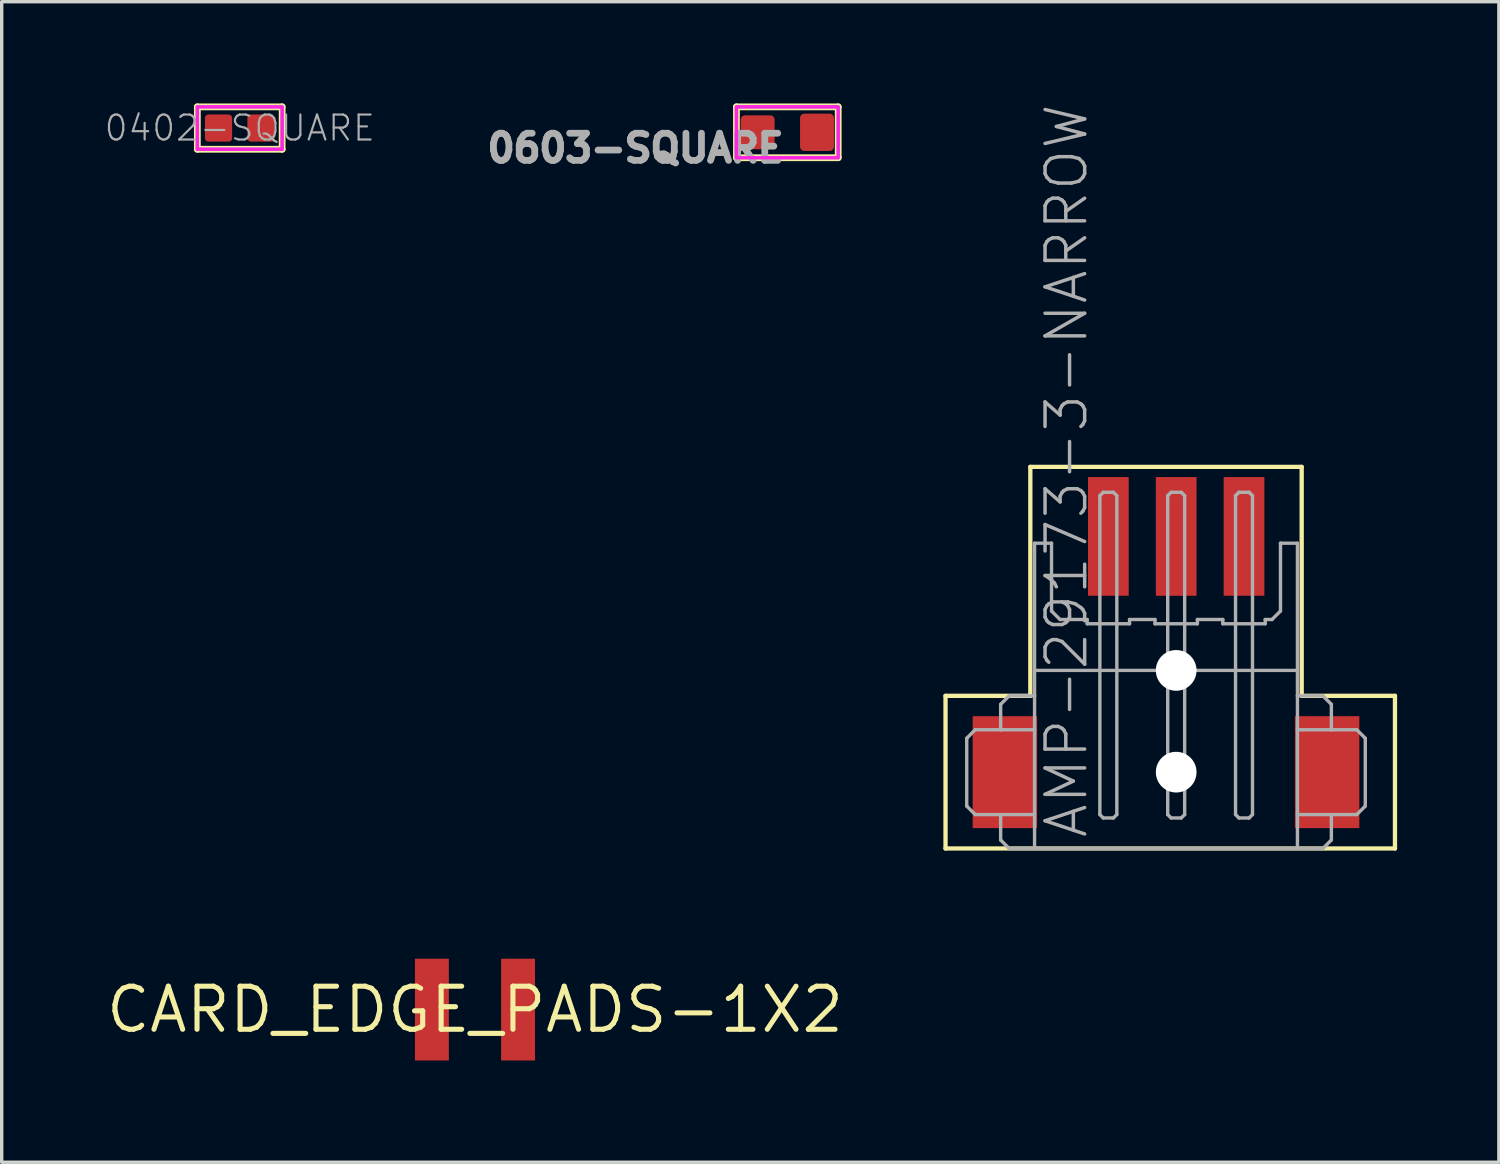
<source format=kicad_pcb>
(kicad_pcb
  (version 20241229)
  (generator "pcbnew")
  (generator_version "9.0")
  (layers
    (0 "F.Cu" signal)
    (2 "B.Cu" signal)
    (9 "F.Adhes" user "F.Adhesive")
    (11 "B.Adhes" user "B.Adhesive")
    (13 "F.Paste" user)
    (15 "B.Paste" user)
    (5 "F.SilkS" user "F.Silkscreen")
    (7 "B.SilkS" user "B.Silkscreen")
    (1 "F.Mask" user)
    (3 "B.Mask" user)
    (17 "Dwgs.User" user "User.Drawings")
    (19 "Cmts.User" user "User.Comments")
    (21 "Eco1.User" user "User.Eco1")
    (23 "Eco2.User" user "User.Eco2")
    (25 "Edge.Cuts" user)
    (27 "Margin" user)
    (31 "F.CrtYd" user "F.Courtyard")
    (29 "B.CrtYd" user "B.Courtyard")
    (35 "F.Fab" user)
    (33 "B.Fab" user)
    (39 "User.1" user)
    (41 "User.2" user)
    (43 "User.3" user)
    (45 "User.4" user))
  (footprint "CARD_EDGE_PADS-1X2"
    (layer "F.Cu")
    (at 10.953 26.714)
    (property "Reference" "CARD_EDGE_PADS-1X2" (at 0 0 0) (layer "F.SilkS") (effects (font (size 1.27 1.27) (thickness 0.15))))
    (pad "P$1" smd rect (at -1.27 0 270) (size 3 1) (layers "F.Cu" "F.Mask" "F.Paste"))
    (pad "P$2" smd rect (at 1.27 0 270) (size 3 1) (layers "F.Cu" "F.Mask" "F.Paste")))
  (footprint "AMP-29173-3-NARROW"
    (layer "F.Cu")
    (at 31.325 21.964)
    (property "Reference" "AMP-29173-3-NARROW" (at -2.25 -0.25 90) (layer "F.Fab") (effects (font (size 1.168 1.168) (thickness 0.102)) (justify left bottom)))
    (fp_line (start -6.5 -4.5) (end -4 -4.5) (stroke (width 0.127) (type solid)) (layer "F.SilkS"))
    (fp_line (start -6.5 0) (end -6.5 -4.5) (stroke (width 0.127) (type solid)) (layer "F.SilkS"))
    (fp_line (start -4 -11.25) (end 4 -11.25) (stroke (width 0.127) (type solid)) (layer "F.SilkS"))
    (fp_line (start -4 -4.5) (end -4 -11.25) (stroke (width 0.127) (type solid)) (layer "F.SilkS"))
    (fp_line (start 4 -11.25) (end 4 -4.5) (stroke (width 0.127) (type solid)) (layer "F.SilkS"))
    (fp_line (start 4 -4.5) (end 6.75 -4.5) (stroke (width 0.127) (type solid)) (layer "F.SilkS"))
    (fp_line (start 6.75 -4.5) (end 6.75 0) (stroke (width 0.127) (type solid)) (layer "F.SilkS"))
    (fp_line (start 6.75 0) (end -6.5 0) (stroke (width 0.127) (type solid)) (layer "F.SilkS"))
    (fp_line (start -5.875 -3.25) (end -5.875 -1.25) (stroke (width 0.1) (type solid)) (layer "F.Fab"))
    (fp_line (start -5.875 -1.25) (end -5.625 -1) (stroke (width 0.1) (type solid)) (layer "F.Fab"))
    (fp_line (start -5.625 -3.5) (end -5.875 -3.25) (stroke (width 0.1) (type solid)) (layer "F.Fab"))
    (fp_line (start -5.625 -1) (end -4.875 -1) (stroke (width 0.1) (type solid)) (layer "F.Fab"))
    (fp_line (start -4.875 -4.25) (end -4.875 -3.5) (stroke (width 0.1) (type solid)) (layer "F.Fab"))
    (fp_line (start -4.875 -3.5) (end -5.625 -3.5) (stroke (width 0.1) (type solid)) (layer "F.Fab"))
    (fp_line (start -4.875 -1) (end -4.875 -0.25) (stroke (width 0.1) (type solid)) (layer "F.Fab"))
    (fp_line (start -4.875 -1) (end -3.875 -1) (stroke (width 0.1) (type solid)) (layer "F.Fab"))
    (fp_line (start -4.875 -0.25) (end -4.625 0) (stroke (width 0.1) (type solid)) (layer "F.Fab"))
    (fp_line (start -4.625 -4.5) (end -4.875 -4.25) (stroke (width 0.1) (type solid)) (layer "F.Fab"))
    (fp_line (start -4.625 0) (end -3.875 0) (stroke (width 0.1) (type solid)) (layer "F.Fab"))
    (fp_line (start -3.875 -9) (end -3.875 -5.25) (stroke (width 0.1) (type solid)) (layer "F.Fab"))
    (fp_line (start -3.875 -5.25) (end -3.875 -4.5) (stroke (width 0.1) (type solid)) (layer "F.Fab"))
    (fp_line (start -3.875 -5.25) (end 3.875 -5.25) (stroke (width 0.1) (type solid)) (layer "F.Fab"))
    (fp_line (start -3.875 -4.5) (end -4.625 -4.5) (stroke (width 0.1) (type solid)) (layer "F.Fab"))
    (fp_line (start -3.875 -3.5) (end -4.875 -3.5) (stroke (width 0.1) (type solid)) (layer "F.Fab"))
    (fp_line (start -3.875 -3.5) (end -3.875 -4.5) (stroke (width 0.1) (type solid)) (layer "F.Fab"))
    (fp_line (start -3.875 -1) (end -3.875 -3.5) (stroke (width 0.1) (type solid)) (layer "F.Fab"))
    (fp_line (start -3.875 0) (end -3.875 -1) (stroke (width 0.1) (type solid)) (layer "F.Fab"))
    (fp_line (start -3.375 -9) (end -3.875 -9) (stroke (width 0.1) (type solid)) (layer "F.Fab"))
    (fp_line (start -3.375 -7) (end -3.375 -9) (stroke (width 0.1) (type solid)) (layer "F.Fab"))
    (fp_line (start -3.125 -6.75) (end -3.375 -7) (stroke (width 0.1) (type solid)) (layer "F.Fab"))
    (fp_line (start -2.325 -6.75) (end -3.125 -6.75) (stroke (width 0.1) (type solid)) (layer "F.Fab"))
    (fp_line (start -2.325 -6.625) (end -2.325 -6.75) (stroke (width 0.1) (type solid)) (layer "F.Fab"))
    (fp_line (start -1.95 -10.4) (end -1.85 -10.5) (stroke (width 0.1) (type solid)) (layer "F.Fab"))
    (fp_line (start -1.95 -1) (end -1.95 -10.4) (stroke (width 0.1) (type solid)) (layer "F.Fab"))
    (fp_line (start -1.85 -10.5) (end -1.55 -10.5) (stroke (width 0.1) (type solid)) (layer "F.Fab"))
    (fp_line (start -1.85 -0.9) (end -1.95 -1) (stroke (width 0.1) (type solid)) (layer "F.Fab"))
    (fp_line (start -1.55 -10.5) (end -1.45 -10.4) (stroke (width 0.1) (type solid)) (layer "F.Fab"))
    (fp_line (start -1.55 -0.9) (end -1.85 -0.9) (stroke (width 0.1) (type solid)) (layer "F.Fab"))
    (fp_line (start -1.45 -10.4) (end -1.45 -1) (stroke (width 0.1) (type solid)) (layer "F.Fab"))
    (fp_line (start -1.45 -1) (end -1.55 -0.9) (stroke (width 0.1) (type solid)) (layer "F.Fab"))
    (fp_line (start -1.075 -6.75) (end -1.075 -6.625) (stroke (width 0.1) (type solid)) (layer "F.Fab"))
    (fp_line (start -1.075 -6.625) (end -2.325 -6.625) (stroke (width 0.1) (type solid)) (layer "F.Fab"))
    (fp_line (start -0.325 -6.75) (end -1.075 -6.75) (stroke (width 0.1) (type solid)) (layer "F.Fab"))
    (fp_line (start -0.325 -6.625) (end -0.325 -6.75) (stroke (width 0.1) (type solid)) (layer "F.Fab"))
    (fp_line (start 0.05 -10.4) (end 0.15 -10.5) (stroke (width 0.1) (type solid)) (layer "F.Fab"))
    (fp_line (start 0.05 -1) (end 0.05 -10.4) (stroke (width 0.1) (type solid)) (layer "F.Fab"))
    (fp_line (start 0.15 -10.5) (end 0.45 -10.5) (stroke (width 0.1) (type solid)) (layer "F.Fab"))
    (fp_line (start 0.15 -0.9) (end 0.05 -1) (stroke (width 0.1) (type solid)) (layer "F.Fab"))
    (fp_line (start 0.45 -10.5) (end 0.55 -10.4) (stroke (width 0.1) (type solid)) (layer "F.Fab"))
    (fp_line (start 0.45 -0.9) (end 0.15 -0.9) (stroke (width 0.1) (type solid)) (layer "F.Fab"))
    (fp_line (start 0.55 -10.4) (end 0.55 -1) (stroke (width 0.1) (type solid)) (layer "F.Fab"))
    (fp_line (start 0.55 -1) (end 0.45 -0.9) (stroke (width 0.1) (type solid)) (layer "F.Fab"))
    (fp_line (start 0.925 -6.75) (end 0.925 -6.625) (stroke (width 0.1) (type solid)) (layer "F.Fab"))
    (fp_line (start 0.925 -6.625) (end -0.325 -6.625) (stroke (width 0.1) (type solid)) (layer "F.Fab"))
    (fp_line (start 1.675 -6.75) (end 0.925 -6.75) (stroke (width 0.1) (type solid)) (layer "F.Fab"))
    (fp_line (start 1.675 -6.625) (end 1.675 -6.75) (stroke (width 0.1) (type solid)) (layer "F.Fab"))
    (fp_line (start 2.05 -10.4) (end 2.15 -10.5) (stroke (width 0.1) (type solid)) (layer "F.Fab"))
    (fp_line (start 2.05 -1) (end 2.05 -10.4) (stroke (width 0.1) (type solid)) (layer "F.Fab"))
    (fp_line (start 2.15 -10.5) (end 2.45 -10.5) (stroke (width 0.1) (type solid)) (layer "F.Fab"))
    (fp_line (start 2.15 -0.9) (end 2.05 -1) (stroke (width 0.1) (type solid)) (layer "F.Fab"))
    (fp_line (start 2.45 -10.5) (end 2.55 -10.4) (stroke (width 0.1) (type solid)) (layer "F.Fab"))
    (fp_line (start 2.45 -0.9) (end 2.15 -0.9) (stroke (width 0.1) (type solid)) (layer "F.Fab"))
    (fp_line (start 2.55 -10.4) (end 2.55 -1) (stroke (width 0.1) (type solid)) (layer "F.Fab"))
    (fp_line (start 2.55 -1) (end 2.45 -0.9) (stroke (width 0.1) (type solid)) (layer "F.Fab"))
    (fp_line (start 2.925 -6.75) (end 2.925 -6.625) (stroke (width 0.1) (type solid)) (layer "F.Fab"))
    (fp_line (start 2.925 -6.625) (end 1.675 -6.625) (stroke (width 0.1) (type solid)) (layer "F.Fab"))
    (fp_line (start 3.125 -6.75) (end 2.925 -6.75) (stroke (width 0.1) (type solid)) (layer "F.Fab"))
    (fp_line (start 3.375 -9) (end 3.375 -7) (stroke (width 0.1) (type solid)) (layer "F.Fab"))
    (fp_line (start 3.375 -7) (end 3.125 -6.75) (stroke (width 0.1) (type solid)) (layer "F.Fab"))
    (fp_line (start 3.875 -9) (end 3.375 -9) (stroke (width 0.1) (type solid)) (layer "F.Fab"))
    (fp_line (start 3.875 -5.25) (end 3.875 -9) (stroke (width 0.1) (type solid)) (layer "F.Fab"))
    (fp_line (start 3.875 -4.5) (end 3.875 -5.25) (stroke (width 0.1) (type solid)) (layer "F.Fab"))
    (fp_line (start 3.875 -4.5) (end 3.875 -3.5) (stroke (width 0.1) (type solid)) (layer "F.Fab"))
    (fp_line (start 3.875 -3.5) (end 3.875 -1) (stroke (width 0.1) (type solid)) (layer "F.Fab"))
    (fp_line (start 3.875 -1) (end 3.875 0) (stroke (width 0.1) (type solid)) (layer "F.Fab"))
    (fp_line (start 3.875 -1) (end 4.875 -1) (stroke (width 0.1) (type solid)) (layer "F.Fab"))
    (fp_line (start 3.875 0) (end -3.875 0) (stroke (width 0.1) (type solid)) (layer "F.Fab"))
    (fp_line (start 3.875 0) (end 4.625 0) (stroke (width 0.1) (type solid)) (layer "F.Fab"))
    (fp_line (start 4.625 -4.5) (end 3.875 -4.5) (stroke (width 0.1) (type solid)) (layer "F.Fab"))
    (fp_line (start 4.625 0) (end 4.875 -0.25) (stroke (width 0.1) (type solid)) (layer "F.Fab"))
    (fp_line (start 4.875 -4.25) (end 4.625 -4.5) (stroke (width 0.1) (type solid)) (layer "F.Fab"))
    (fp_line (start 4.875 -3.5) (end 3.875 -3.5) (stroke (width 0.1) (type solid)) (layer "F.Fab"))
    (fp_line (start 4.875 -3.5) (end 4.875 -4.25) (stroke (width 0.1) (type solid)) (layer "F.Fab"))
    (fp_line (start 4.875 -1) (end 5.625 -1) (stroke (width 0.1) (type solid)) (layer "F.Fab"))
    (fp_line (start 4.875 -0.25) (end 4.875 -1) (stroke (width 0.1) (type solid)) (layer "F.Fab"))
    (fp_line (start 5.625 -3.5) (end 4.875 -3.5) (stroke (width 0.1) (type solid)) (layer "F.Fab"))
    (fp_line (start 5.625 -1) (end 5.875 -1.25) (stroke (width 0.1) (type solid)) (layer "F.Fab"))
    (fp_line (start 5.875 -3.25) (end 5.625 -3.5) (stroke (width 0.1) (type solid)) (layer "F.Fab"))
    (fp_line (start 5.875 -1.25) (end 5.875 -3.25) (stroke (width 0.1) (type solid)) (layer "F.Fab"))
    (pad "" np_thru_hole circle (at 0.3 -5.25) (size 1.2 1.2) (drill 1.2) (layers "*.Cu" "*.Mask"))
    (pad "" np_thru_hole circle (at 0.3 -2.25) (size 1.2 1.2) (drill 1.2) (layers "*.Cu" "*.Mask"))
    (pad "1" smd rect (at -1.7 -9.2) (size 1.2 3.5) (layers "F.Cu" "F.Mask" "F.Paste"))
    (pad "2" smd rect (at 0.3 -9.2) (size 1.2 3.5) (layers "F.Cu" "F.Mask" "F.Paste"))
    (pad "3" smd rect (at 2.3 -9.2) (size 1.2 3.5) (layers "F.Cu" "F.Mask" "F.Paste"))
    (pad "P$4" smd rect (at 4.75 -2.25) (size 1.9 3.3) (layers "F.Cu" "F.Mask" "F.Paste"))
    (pad "P$5" smd rect (at -4.75 -2.25) (size 1.9 3.3) (layers "F.Cu" "F.Mask" "F.Paste")))
  (footprint "0402-SQUARE"
    (layer "F.Cu")
    (at 4.018 0.725)
    (property "Reference" "0402-SQUARE" (at 0 0 0) (layer "F.Fab") (effects (font (size 0.736 0.736) (thickness 0.064))))
    (fp_line (start -1.25 -0.625) (end -1.25 0.625) (stroke (width 0.2) (type solid)) (layer "F.SilkS"))
    (fp_line (start -1.25 0.625) (end 1.25 0.625) (stroke (width 0.2) (type solid)) (layer "F.SilkS"))
    (fp_line (start 1.25 -0.625) (end -1.25 -0.625) (stroke (width 0.2) (type solid)) (layer "F.SilkS"))
    (fp_line (start 1.25 0.625) (end 1.25 -0.625) (stroke (width 0.2) (type solid)) (layer "F.SilkS"))
    (fp_poly (pts (xy -1.25 0.625) (xy 1.25 0.625) (xy 1.25 -0.625) (xy -1.25 -0.625)) (stroke (width 0.1) (type solid)) (fill no) (layer "F.CrtYd"))
    (fp_line (start -1.25 -0.625) (end -1.25 0.625) (stroke (width 0.1) (type solid)) (layer "F.Fab"))
    (fp_line (start -1.25 0.625) (end 1.25 0.625) (stroke (width 0.1) (type solid)) (layer "F.Fab"))
    (fp_line (start 1.25 -0.625) (end -1.25 -0.625) (stroke (width 0.1) (type solid)) (layer "F.Fab"))
    (fp_line (start 1.25 0.625) (end 1.25 -0.625) (stroke (width 0.1) (type solid)) (layer "F.Fab"))
    (pad "P$1" smd roundrect (at -0.625 0) (size 0.8 0.8) (layers "F.Cu" "F.Mask" "F.Paste") (roundrect_rratio 0.125))
    (pad "P$2" smd roundrect (at 0.625 0 180) (size 0.8 0.8) (layers "F.Cu" "F.Mask" "F.Paste") (roundrect_rratio 0.125)))
  (footprint "0603-SQUARE"
    (layer "F.Cu")
    (at 20.161 0.85)
    (property "Reference" "0603-SQUARE" (at 0 0 0) (layer "F.Fab") (effects (font (size 0.8 0.8) (thickness 0.2)) (justify right top)))
    (fp_line (start -1.5 -0.75) (end -1.5 0.75) (stroke (width 0.2) (type solid)) (layer "F.SilkS"))
    (fp_line (start -1.5 -0.75) (end 1.5 -0.75) (stroke (width 0.2) (type solid)) (layer "F.SilkS"))
    (fp_line (start -1.5 0.75) (end 1.5 0.75) (stroke (width 0.2) (type solid)) (layer "F.SilkS"))
    (fp_line (start 1.5 -0.75) (end 1.5 0.75) (stroke (width 0.2) (type solid)) (layer "F.SilkS"))
    (fp_poly (pts (xy -1.5 0.75) (xy 1.5 0.75) (xy 1.5 -0.75) (xy -1.5 -0.75)) (stroke (width 0.1) (type solid)) (fill no) (layer "F.CrtYd"))
    (fp_line (start -1.5 -0.75) (end -1.5 0.75) (stroke (width 0.1) (type solid)) (layer "F.Fab"))
    (fp_line (start -1.5 -0.75) (end 1.5 -0.75) (stroke (width 0.1) (type solid)) (layer "F.Fab"))
    (fp_line (start -1.5 0.75) (end 1.5 0.75) (stroke (width 0.1) (type solid)) (layer "F.Fab"))
    (fp_line (start 1.5 -0.75) (end 1.5 0.75) (stroke (width 0.1) (type solid)) (layer "F.Fab"))
    (pad "1" smd roundrect (at -0.875 0) (size 1 1) (layers "F.Cu" "F.Mask" "F.Paste") (roundrect_rratio 0.125))
    (pad "2" smd roundrect (at 0.875 0) (size 1 1.1) (layers "F.Cu" "F.Mask" "F.Paste") (roundrect_rratio 0.125)))
  (gr_rect
    (start -3 -3)
    (end 41.138 31.214)
    (stroke (width 0.1) (type default))
    (fill no)
    (layer "Edge.Cuts")))
</source>
